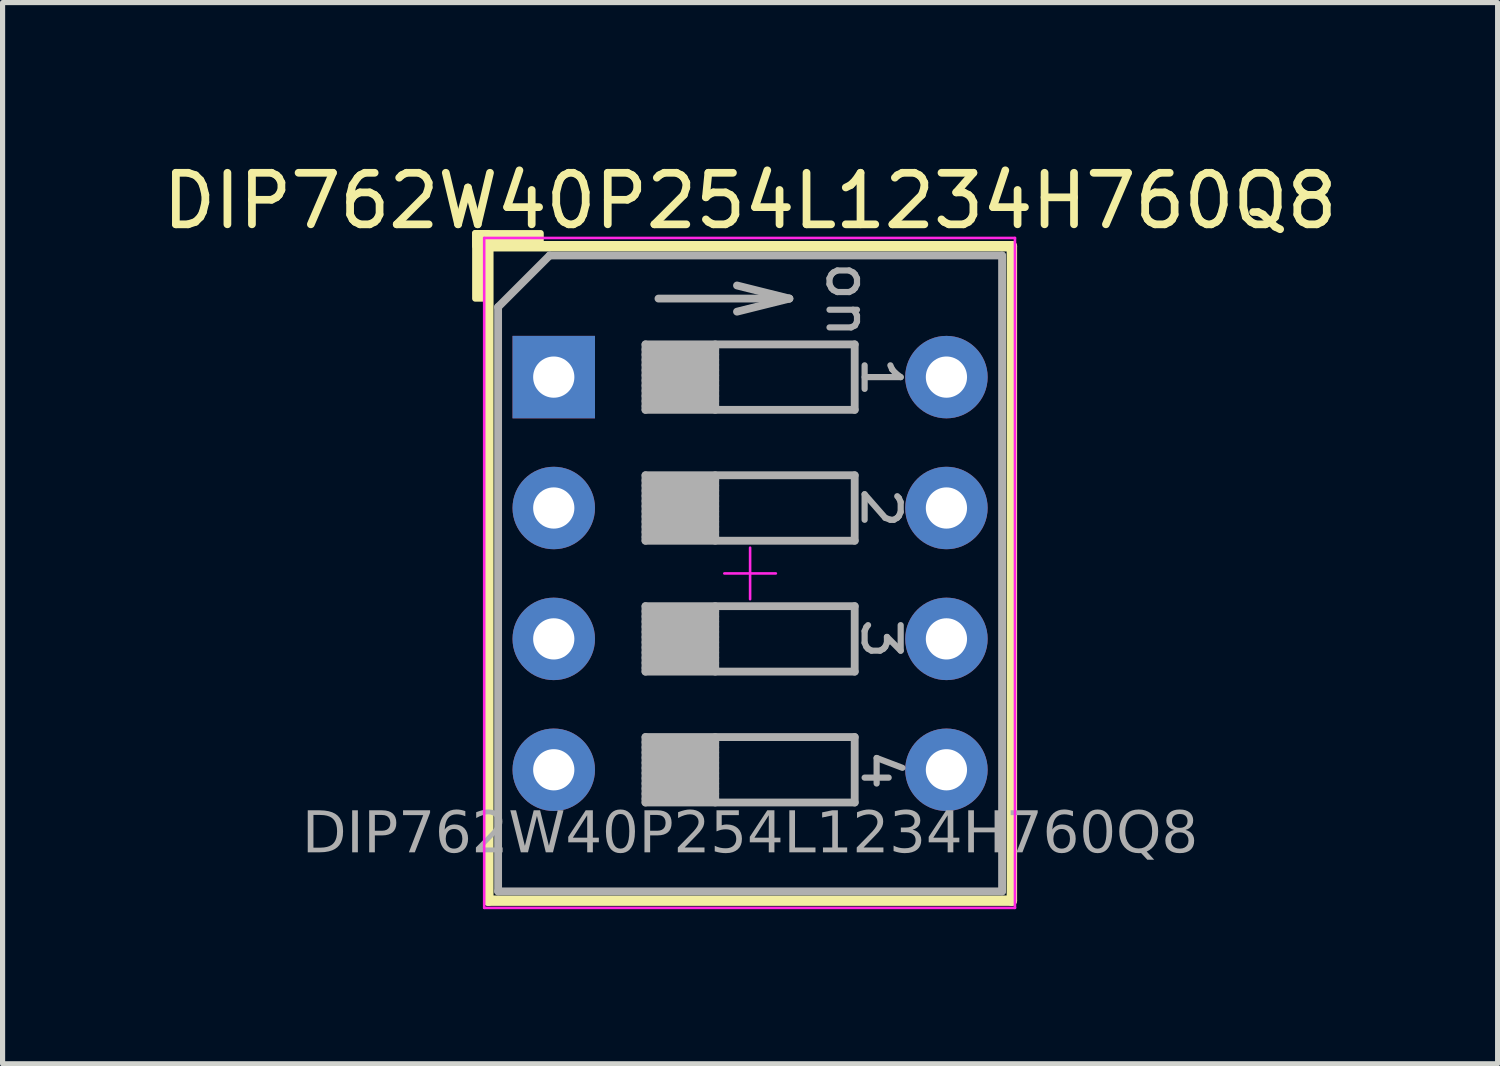
<source format=kicad_pcb>
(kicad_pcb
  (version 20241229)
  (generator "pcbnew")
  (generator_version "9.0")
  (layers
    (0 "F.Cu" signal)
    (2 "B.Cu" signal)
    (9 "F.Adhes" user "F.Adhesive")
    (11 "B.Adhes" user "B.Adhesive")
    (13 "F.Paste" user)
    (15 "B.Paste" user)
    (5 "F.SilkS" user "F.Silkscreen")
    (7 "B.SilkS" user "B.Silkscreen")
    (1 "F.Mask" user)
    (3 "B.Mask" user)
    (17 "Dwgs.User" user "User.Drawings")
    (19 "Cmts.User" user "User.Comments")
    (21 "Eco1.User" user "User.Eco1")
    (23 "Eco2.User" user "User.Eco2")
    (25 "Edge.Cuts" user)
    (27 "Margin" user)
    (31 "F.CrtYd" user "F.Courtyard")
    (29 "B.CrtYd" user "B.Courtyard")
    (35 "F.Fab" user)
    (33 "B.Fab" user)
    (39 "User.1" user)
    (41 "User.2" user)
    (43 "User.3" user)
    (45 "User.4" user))
  (footprint "DIP762W40P254L1234H760Q8"
    (layer "F.Cu")
    (at 11.506 8.078)
    (property "Reference" "DIP762W40P254L1234H760Q8" (at 0 -7.23 0) (layer "F.SilkS") (effects (font (size 1 1) (thickness 0.15))))
    (attr through_hole)
    (fp_line (start -5.08 -6.35) (end -5.08 6.35) (stroke (width 0.203) (type solid)) (layer "F.SilkS"))
    (fp_line (start -5.08 -6.35) (end 5.08 -6.35) (stroke (width 0.203) (type solid)) (layer "F.SilkS"))
    (fp_line (start -5.08 6.35) (end 5.08 6.35) (stroke (width 0.203) (type solid)) (layer "F.SilkS"))
    (fp_line (start 5.08 -6.35) (end 5.08 6.35) (stroke (width 0.203) (type solid)) (layer "F.SilkS"))
    (fp_rect (start -5.334 -5.334) (end -5.08 -6.604) (stroke (width 0.12) (type solid)) (fill yes) (layer "F.SilkS"))
    (fp_rect (start -4.064 -6.35) (end -5.334 -6.604) (stroke (width 0.12) (type solid)) (fill yes) (layer "F.SilkS"))
    (fp_line (start -5.16 -6.51) (end -5.16 6.49) (stroke (width 0.05) (type solid)) (layer "F.CrtYd"))
    (fp_line (start -5.16 6.49) (end 5.14 6.49) (stroke (width 0.05) (type solid)) (layer "F.CrtYd"))
    (fp_line (start -0.5 0) (end 0.5 0) (stroke (width 0.05) (type default)) (layer "F.CrtYd"))
    (fp_line (start 0 0.5) (end 0 -0.5) (stroke (width 0.05) (type default)) (layer "F.CrtYd"))
    (fp_line (start 5.14 -6.51) (end -5.16 -6.51) (stroke (width 0.05) (type solid)) (layer "F.CrtYd"))
    (fp_line (start 5.14 6.49) (end 5.14 -6.51) (stroke (width 0.05) (type solid)) (layer "F.CrtYd"))
    (fp_line (start -4.89 -5.17) (end -3.89 -6.17) (stroke (width 0.152) (type solid)) (layer "F.Fab"))
    (fp_line (start -4.89 6.17) (end -4.89 -5.17) (stroke (width 0.152) (type solid)) (layer "F.Fab"))
    (fp_line (start -3.89 -6.17) (end 4.89 -6.17) (stroke (width 0.152) (type solid)) (layer "F.Fab"))
    (fp_line (start -2.03 -4.445) (end -2.03 -3.175) (stroke (width 0.152) (type solid)) (layer "F.Fab"))
    (fp_line (start -2.03 -4.345) (end -0.677 -4.345) (stroke (width 0.152) (type solid)) (layer "F.Fab"))
    (fp_line (start -2.03 -4.245) (end -0.677 -4.245) (stroke (width 0.152) (type solid)) (layer "F.Fab"))
    (fp_line (start -2.03 -4.145) (end -0.677 -4.145) (stroke (width 0.152) (type solid)) (layer "F.Fab"))
    (fp_line (start -2.03 -4.045) (end -0.677 -4.045) (stroke (width 0.152) (type solid)) (layer "F.Fab"))
    (fp_line (start -2.03 -3.945) (end -0.677 -3.945) (stroke (width 0.152) (type solid)) (layer "F.Fab"))
    (fp_line (start -2.03 -3.845) (end -0.677 -3.845) (stroke (width 0.152) (type solid)) (layer "F.Fab"))
    (fp_line (start -2.03 -3.745) (end -0.677 -3.745) (stroke (width 0.152) (type solid)) (layer "F.Fab"))
    (fp_line (start -2.03 -3.645) (end -0.677 -3.645) (stroke (width 0.152) (type solid)) (layer "F.Fab"))
    (fp_line (start -2.03 -3.545) (end -0.677 -3.545) (stroke (width 0.152) (type solid)) (layer "F.Fab"))
    (fp_line (start -2.03 -3.445) (end -0.677 -3.445) (stroke (width 0.152) (type solid)) (layer "F.Fab"))
    (fp_line (start -2.03 -3.345) (end -0.677 -3.345) (stroke (width 0.152) (type solid)) (layer "F.Fab"))
    (fp_line (start -2.03 -3.245) (end -0.677 -3.245) (stroke (width 0.152) (type solid)) (layer "F.Fab"))
    (fp_line (start -2.03 -3.175) (end 2.03 -3.175) (stroke (width 0.152) (type solid)) (layer "F.Fab"))
    (fp_line (start -2.03 -1.905) (end -2.03 -0.635) (stroke (width 0.152) (type solid)) (layer "F.Fab"))
    (fp_line (start -2.03 -1.805) (end -0.677 -1.805) (stroke (width 0.152) (type solid)) (layer "F.Fab"))
    (fp_line (start -2.03 -1.705) (end -0.677 -1.705) (stroke (width 0.152) (type solid)) (layer "F.Fab"))
    (fp_line (start -2.03 -1.605) (end -0.677 -1.605) (stroke (width 0.152) (type solid)) (layer "F.Fab"))
    (fp_line (start -2.03 -1.505) (end -0.677 -1.505) (stroke (width 0.152) (type solid)) (layer "F.Fab"))
    (fp_line (start -2.03 -1.405) (end -0.677 -1.405) (stroke (width 0.152) (type solid)) (layer "F.Fab"))
    (fp_line (start -2.03 -1.305) (end -0.677 -1.305) (stroke (width 0.152) (type solid)) (layer "F.Fab"))
    (fp_line (start -2.03 -1.205) (end -0.677 -1.205) (stroke (width 0.152) (type solid)) (layer "F.Fab"))
    (fp_line (start -2.03 -1.105) (end -0.677 -1.105) (stroke (width 0.152) (type solid)) (layer "F.Fab"))
    (fp_line (start -2.03 -1.005) (end -0.677 -1.005) (stroke (width 0.152) (type solid)) (layer "F.Fab"))
    (fp_line (start -2.03 -0.905) (end -0.677 -0.905) (stroke (width 0.152) (type solid)) (layer "F.Fab"))
    (fp_line (start -2.03 -0.805) (end -0.677 -0.805) (stroke (width 0.152) (type solid)) (layer "F.Fab"))
    (fp_line (start -2.03 -0.705) (end -0.677 -0.705) (stroke (width 0.152) (type solid)) (layer "F.Fab"))
    (fp_line (start -2.03 -0.635) (end 2.03 -0.635) (stroke (width 0.152) (type solid)) (layer "F.Fab"))
    (fp_line (start -2.03 0.635) (end -2.03 1.905) (stroke (width 0.152) (type solid)) (layer "F.Fab"))
    (fp_line (start -2.03 0.735) (end -0.677 0.735) (stroke (width 0.152) (type solid)) (layer "F.Fab"))
    (fp_line (start -2.03 0.835) (end -0.677 0.835) (stroke (width 0.152) (type solid)) (layer "F.Fab"))
    (fp_line (start -2.03 0.935) (end -0.677 0.935) (stroke (width 0.152) (type solid)) (layer "F.Fab"))
    (fp_line (start -2.03 1.035) (end -0.677 1.035) (stroke (width 0.152) (type solid)) (layer "F.Fab"))
    (fp_line (start -2.03 1.135) (end -0.677 1.135) (stroke (width 0.152) (type solid)) (layer "F.Fab"))
    (fp_line (start -2.03 1.235) (end -0.677 1.235) (stroke (width 0.152) (type solid)) (layer "F.Fab"))
    (fp_line (start -2.03 1.335) (end -0.677 1.335) (stroke (width 0.152) (type solid)) (layer "F.Fab"))
    (fp_line (start -2.03 1.435) (end -0.677 1.435) (stroke (width 0.152) (type solid)) (layer "F.Fab"))
    (fp_line (start -2.03 1.535) (end -0.677 1.535) (stroke (width 0.152) (type solid)) (layer "F.Fab"))
    (fp_line (start -2.03 1.635) (end -0.677 1.635) (stroke (width 0.152) (type solid)) (layer "F.Fab"))
    (fp_line (start -2.03 1.735) (end -0.677 1.735) (stroke (width 0.152) (type solid)) (layer "F.Fab"))
    (fp_line (start -2.03 1.835) (end -0.677 1.835) (stroke (width 0.152) (type solid)) (layer "F.Fab"))
    (fp_line (start -2.03 1.905) (end 2.03 1.905) (stroke (width 0.152) (type solid)) (layer "F.Fab"))
    (fp_line (start -2.03 3.175) (end -2.03 4.445) (stroke (width 0.152) (type solid)) (layer "F.Fab"))
    (fp_line (start -2.03 3.275) (end -0.677 3.275) (stroke (width 0.152) (type solid)) (layer "F.Fab"))
    (fp_line (start -2.03 3.375) (end -0.677 3.375) (stroke (width 0.152) (type solid)) (layer "F.Fab"))
    (fp_line (start -2.03 3.475) (end -0.677 3.475) (stroke (width 0.152) (type solid)) (layer "F.Fab"))
    (fp_line (start -2.03 3.575) (end -0.677 3.575) (stroke (width 0.152) (type solid)) (layer "F.Fab"))
    (fp_line (start -2.03 3.675) (end -0.677 3.675) (stroke (width 0.152) (type solid)) (layer "F.Fab"))
    (fp_line (start -2.03 3.775) (end -0.677 3.775) (stroke (width 0.152) (type solid)) (layer "F.Fab"))
    (fp_line (start -2.03 3.875) (end -0.677 3.875) (stroke (width 0.152) (type solid)) (layer "F.Fab"))
    (fp_line (start -2.03 3.975) (end -0.677 3.975) (stroke (width 0.152) (type solid)) (layer "F.Fab"))
    (fp_line (start -2.03 4.075) (end -0.677 4.075) (stroke (width 0.152) (type solid)) (layer "F.Fab"))
    (fp_line (start -2.03 4.175) (end -0.677 4.175) (stroke (width 0.152) (type solid)) (layer "F.Fab"))
    (fp_line (start -2.03 4.275) (end -0.677 4.275) (stroke (width 0.152) (type solid)) (layer "F.Fab"))
    (fp_line (start -2.03 4.375) (end -0.677 4.375) (stroke (width 0.152) (type solid)) (layer "F.Fab"))
    (fp_line (start -2.03 4.445) (end 2.03 4.445) (stroke (width 0.152) (type solid)) (layer "F.Fab"))
    (fp_line (start -1.778 -5.334) (end 0.762 -5.334) (stroke (width 0.152) (type default)) (layer "F.Fab"))
    (fp_line (start -0.677 -4.445) (end -0.677 -3.175) (stroke (width 0.152) (type solid)) (layer "F.Fab"))
    (fp_line (start -0.677 -1.905) (end -0.677 -0.635) (stroke (width 0.152) (type solid)) (layer "F.Fab"))
    (fp_line (start -0.677 0.635) (end -0.677 1.905) (stroke (width 0.152) (type solid)) (layer "F.Fab"))
    (fp_line (start -0.677 3.175) (end -0.677 4.445) (stroke (width 0.152) (type solid)) (layer "F.Fab"))
    (fp_line (start 0.762 -5.334) (end -0.254 -5.588) (stroke (width 0.152) (type default)) (layer "F.Fab"))
    (fp_line (start 0.762 -5.334) (end -0.254 -5.08) (stroke (width 0.152) (type default)) (layer "F.Fab"))
    (fp_line (start 2.03 -4.445) (end -2.03 -4.445) (stroke (width 0.152) (type solid)) (layer "F.Fab"))
    (fp_line (start 2.03 -3.175) (end 2.03 -4.445) (stroke (width 0.152) (type solid)) (layer "F.Fab"))
    (fp_line (start 2.03 -1.905) (end -2.03 -1.905) (stroke (width 0.152) (type solid)) (layer "F.Fab"))
    (fp_line (start 2.03 -0.635) (end 2.03 -1.905) (stroke (width 0.152) (type solid)) (layer "F.Fab"))
    (fp_line (start 2.03 0.635) (end -2.03 0.635) (stroke (width 0.152) (type solid)) (layer "F.Fab"))
    (fp_line (start 2.03 1.905) (end 2.03 0.635) (stroke (width 0.152) (type solid)) (layer "F.Fab"))
    (fp_line (start 2.03 3.175) (end -2.03 3.175) (stroke (width 0.152) (type solid)) (layer "F.Fab"))
    (fp_line (start 2.03 4.445) (end 2.03 3.175) (stroke (width 0.152) (type solid)) (layer "F.Fab"))
    (fp_line (start 4.89 -6.17) (end 4.89 6.17) (stroke (width 0.152) (type solid)) (layer "F.Fab"))
    (fp_line (start 4.89 6.17) (end -4.89 6.17) (stroke (width 0.152) (type solid)) (layer "F.Fab"))
    (fp_text user "4" (at 2.54 3.81 270) (unlocked yes) (layer "F.Fab") (effects (font (size 0.7 0.8) (thickness 0.12))))
    (fp_text user "1" (at 2.54 -3.81 270) (unlocked yes) (layer "F.Fab") (effects (font (size 0.7 0.8) (thickness 0.12))))
    (fp_text user "${REFERENCE}" (at 0 5.08 180) (layer "F.Fab") (effects (font (face "Tahoma") (size 0.8 0.8) (thickness 0.12))))
    (fp_text user "2" (at 2.54 -1.27 270) (unlocked yes) (layer "F.Fab") (effects (font (size 0.7 0.8) (thickness 0.12))))
    (fp_text user "3" (at 2.54 1.27 270) (unlocked yes) (layer "F.Fab") (effects (font (size 0.7 0.8) (thickness 0.12))))
    (fp_text user "on" (at 1.905 -5.308 270) (unlocked yes) (layer "F.Fab") (effects (font (size 0.8 0.8) (thickness 0.12))))
    (pad "1" thru_hole rect (at -3.81 -3.81) (size 1.6 1.6) (drill 0.8) (layers "*.Cu" "*.Mask"))
    (pad "2" thru_hole oval (at 3.81 -3.81) (size 1.6 1.6) (drill 0.8) (layers "*.Cu" "*.Mask"))
    (pad "3" thru_hole oval (at -3.81 -1.27) (size 1.6 1.6) (drill 0.8) (layers "*.Cu" "*.Mask"))
    (pad "4" thru_hole oval (at 3.81 -1.27) (size 1.6 1.6) (drill 0.8) (layers "*.Cu" "*.Mask"))
    (pad "5" thru_hole oval (at -3.81 1.27) (size 1.6 1.6) (drill 0.8) (layers "*.Cu" "*.Mask"))
    (pad "6" thru_hole oval (at 3.81 1.27) (size 1.6 1.6) (drill 0.8) (layers "*.Cu" "*.Mask"))
    (pad "7" thru_hole oval (at -3.81 3.81) (size 1.6 1.6) (drill 0.8) (layers "*.Cu" "*.Mask"))
    (pad "8" thru_hole oval (at 3.81 3.81) (size 1.6 1.6) (drill 0.8) (layers "*.Cu" "*.Mask")))
  (gr_rect
    (start -3 -3)
    (end 26.012 17.593)
    (stroke (width 0.1) (type default))
    (fill no)
    (layer "Edge.Cuts")))
</source>
